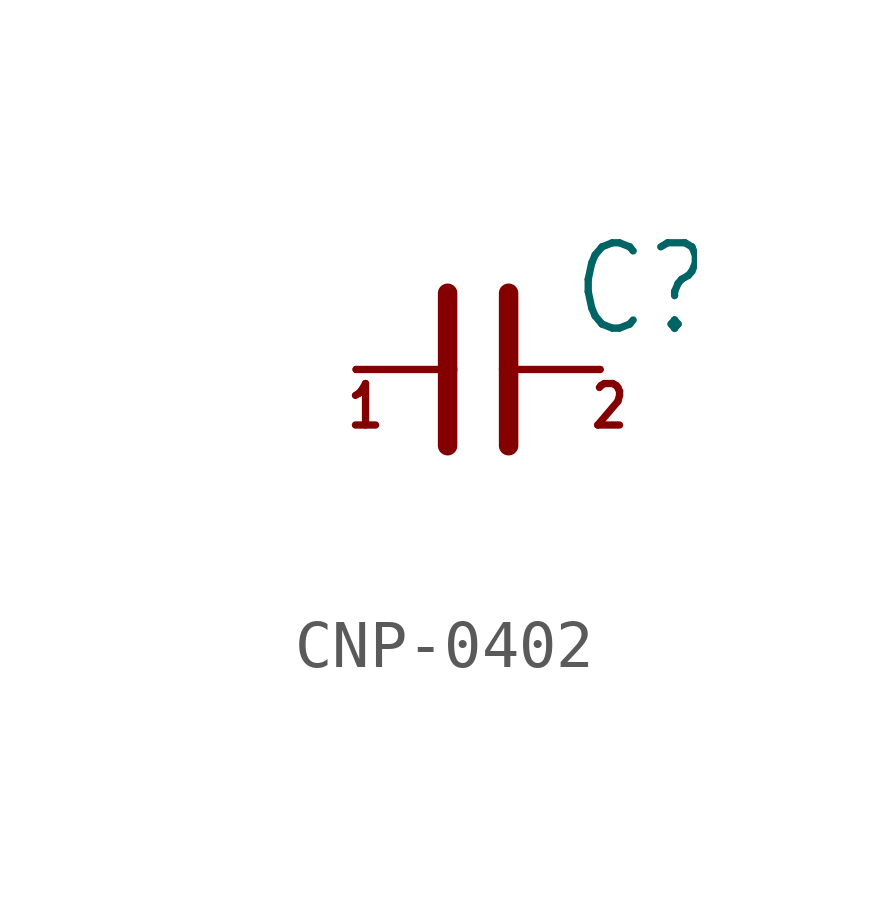
<source format=kicad_sym>
(kicad_symbol_lib
  (version 20241209)
  (generator "kicad_symbol_editor")
  (generator_version "9.0")
  (symbol "CNP-0402"
    (property "Reference" "C"
      (at 1.905 0.635 0)
      (effects (font (size 1.778 1.511)) (justify left bottom)))
    (property "Value" ""
      (at -5.08 -4.128 0)
      (effects (font (size 1.778 1.511)) (justify left bottom)))
    (property "ki_locked" ""
      (at 0 0 0)
      (effects (font (size 1.27 1.27))))
    (symbol "CNP-0402_1_0"
      (polyline (pts (xy -2.54 0) (xy -0.635 0)) (stroke (width 0.152) (type solid)) (fill (type none)))
      (polyline (pts (xy -0.635 1.587) (xy -0.635 0)) (stroke (width 0.406) (type solid)) (fill (type none)))
      (polyline (pts (xy -0.635 0) (xy -0.635 -1.587)) (stroke (width 0.406) (type solid)) (fill (type none)))
      (polyline (pts (xy 0.635 1.587) (xy 0.635 0)) (stroke (width 0.406) (type solid)) (fill (type none)))
      (polyline (pts (xy 0.635 0) (xy 0.635 -1.587)) (stroke (width 0.406) (type solid)) (fill (type none)))
      (polyline (pts (xy 2.54 0) (xy 0.635 0)) (stroke (width 0.152) (type solid)) (fill (type none)))
      (text "1" (at -2.794 -1.27 0) (effects (font (size 0.864 0.734)) (justify left bottom)))
      (text "2" (at 2.286 -1.27 0) (effects (font (size 0.864 0.734)) (justify left bottom)))
      (pin passive line (at -2.54 0 0) (length 0) (name "1" (effects (font (size 0 0)))) (number "1" (effects (font (size 0 0)))))
      (pin passive line (at 2.54 0 180) (length 0) (name "2" (effects (font (size 0 0)))) (number "2" (effects (font (size 0 0))))))))
</source>
